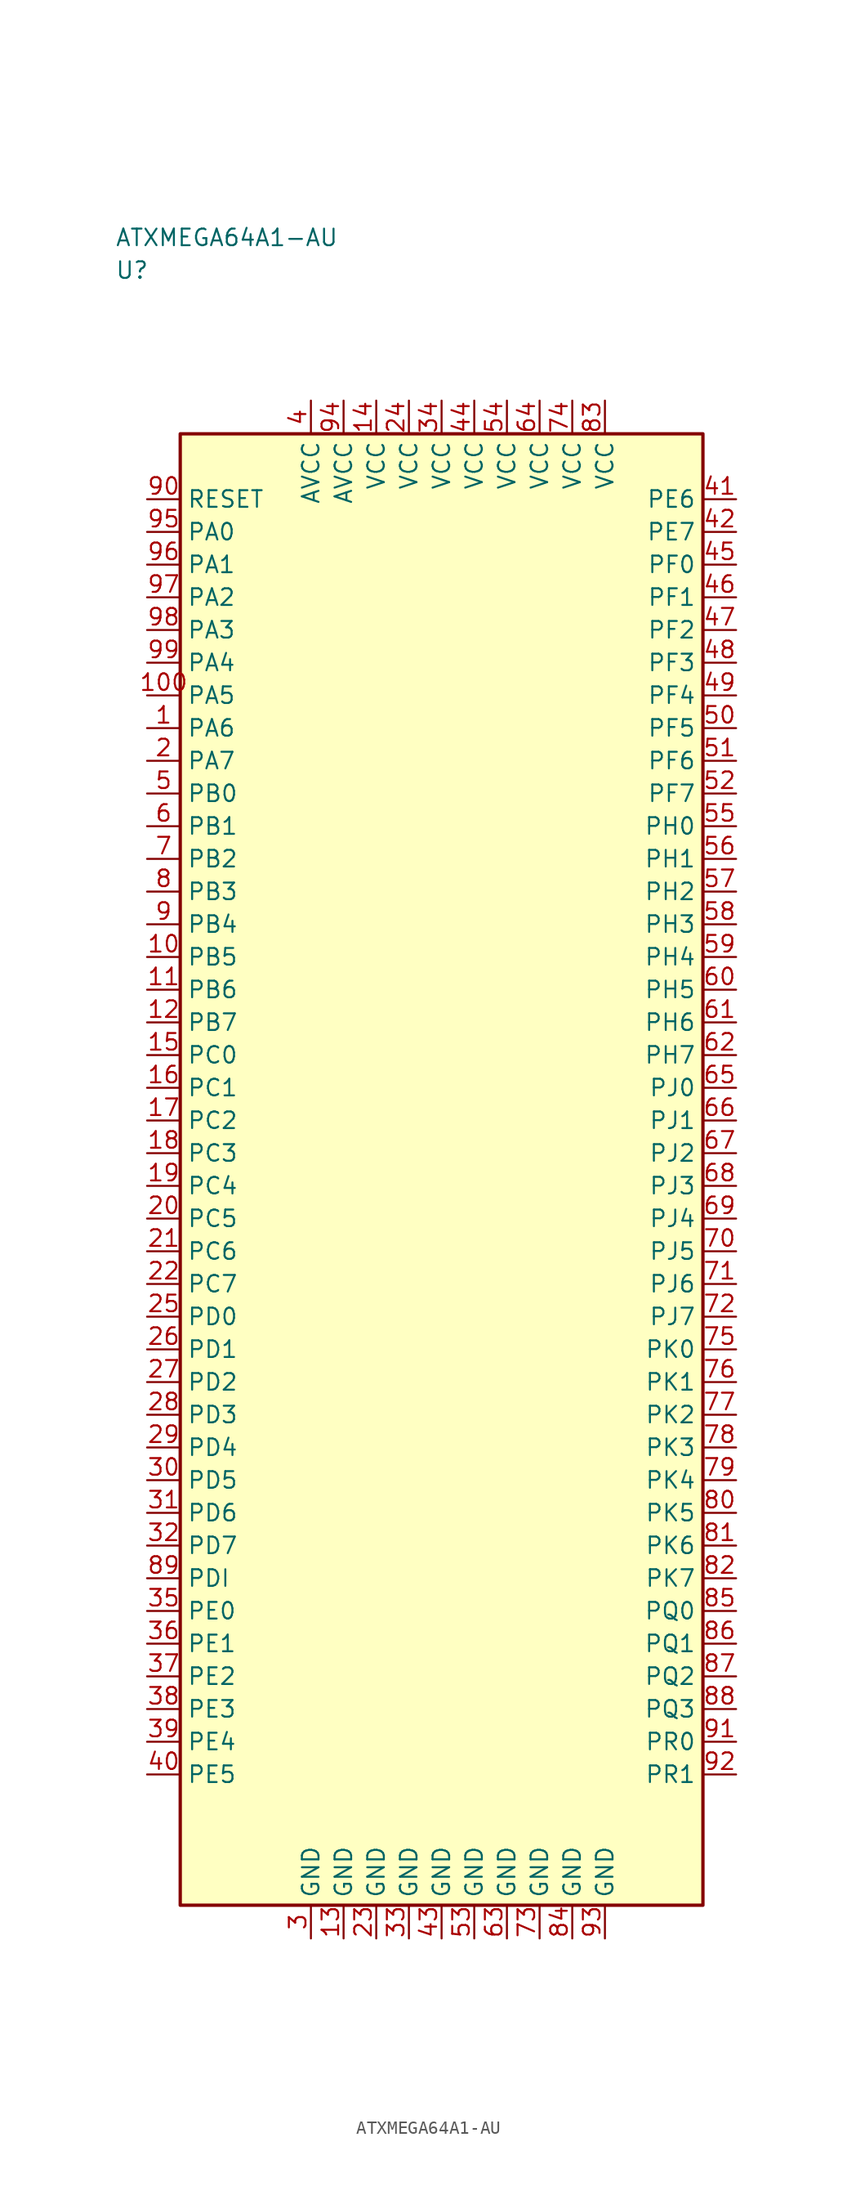
<source format=kicad_sym>
(kicad_symbol_lib
  (version 20241025)
  (generator "kicad_symbol_editor")
  (generator_version "8.0")
  (symbol "ATXMEGA64A1-AU"
    (property "Reference" "U"
      (at -25.0 68.75 0)
      (effects (font (size 1.27 1.27)) (justify left)))
    (property "Value" "ATXMEGA64A1-AU"
      (at -25.0 71.25 0)
      (effects (font (size 1.27 1.27)) (justify left)))
    (symbol "ATXMEGA64A1-AU_0_1"
      (rectangle (start -20.0 56.25) (end 20.0 -56.25) (stroke (width 0.254) (type default)) (fill (type background))))
    (symbol "ATXMEGA64A1-AU_1_1"
      (pin bidirectional line (at -22.54 33.75 0.0) (length 2.54) (name "PA6" (effects (font (size 1.27 1.27)))) (number "1" (effects (font (size 1.27 1.27)))))
      (pin bidirectional line (at -22.54 31.25 0.0) (length 2.54) (name "PA7" (effects (font (size 1.27 1.27)))) (number "2" (effects (font (size 1.27 1.27)))))
      (pin passive line (at -10.0 -58.79 90.0) (length 2.54) (name "GND" (effects (font (size 1.27 1.27)))) (number "3" (effects (font (size 1.27 1.27)))))
      (pin power_in line (at -10.0 58.79 270.0) (length 2.54) (name "AVCC" (effects (font (size 1.27 1.27)))) (number "4" (effects (font (size 1.27 1.27)))))
      (pin bidirectional line (at -22.54 28.75 0.0) (length 2.54) (name "PB0" (effects (font (size 1.27 1.27)))) (number "5" (effects (font (size 1.27 1.27)))))
      (pin bidirectional line (at -22.54 26.25 0.0) (length 2.54) (name "PB1" (effects (font (size 1.27 1.27)))) (number "6" (effects (font (size 1.27 1.27)))))
      (pin bidirectional line (at -22.54 23.75 0.0) (length 2.54) (name "PB2" (effects (font (size 1.27 1.27)))) (number "7" (effects (font (size 1.27 1.27)))))
      (pin bidirectional line (at -22.54 21.25 0.0) (length 2.54) (name "PB3" (effects (font (size 1.27 1.27)))) (number "8" (effects (font (size 1.27 1.27)))))
      (pin bidirectional line (at -22.54 18.75 0.0) (length 2.54) (name "PB4" (effects (font (size 1.27 1.27)))) (number "9" (effects (font (size 1.27 1.27)))))
      (pin bidirectional line (at -22.54 16.25 0.0) (length 2.54) (name "PB5" (effects (font (size 1.27 1.27)))) (number "10" (effects (font (size 1.27 1.27)))))
      (pin bidirectional line (at -22.54 13.75 0.0) (length 2.54) (name "PB6" (effects (font (size 1.27 1.27)))) (number "11" (effects (font (size 1.27 1.27)))))
      (pin bidirectional line (at -22.54 11.25 0.0) (length 2.54) (name "PB7" (effects (font (size 1.27 1.27)))) (number "12" (effects (font (size 1.27 1.27)))))
      (pin passive line (at -7.5 -58.79 90.0) (length 2.54) (name "GND" (effects (font (size 1.27 1.27)))) (number "13" (effects (font (size 1.27 1.27)))))
      (pin power_in line (at -5.0 58.79 270.0) (length 2.54) (name "VCC" (effects (font (size 1.27 1.27)))) (number "14" (effects (font (size 1.27 1.27)))))
      (pin bidirectional line (at -22.54 8.75 0.0) (length 2.54) (name "PC0" (effects (font (size 1.27 1.27)))) (number "15" (effects (font (size 1.27 1.27)))))
      (pin bidirectional line (at -22.54 6.25 0.0) (length 2.54) (name "PC1" (effects (font (size 1.27 1.27)))) (number "16" (effects (font (size 1.27 1.27)))))
      (pin bidirectional line (at -22.54 3.75 0.0) (length 2.54) (name "PC2" (effects (font (size 1.27 1.27)))) (number "17" (effects (font (size 1.27 1.27)))))
      (pin bidirectional line (at -22.54 1.25 0.0) (length 2.54) (name "PC3" (effects (font (size 1.27 1.27)))) (number "18" (effects (font (size 1.27 1.27)))))
      (pin bidirectional line (at -22.54 -1.25 0.0) (length 2.54) (name "PC4" (effects (font (size 1.27 1.27)))) (number "19" (effects (font (size 1.27 1.27)))))
      (pin bidirectional line (at -22.54 -3.75 0.0) (length 2.54) (name "PC5" (effects (font (size 1.27 1.27)))) (number "20" (effects (font (size 1.27 1.27)))))
      (pin bidirectional line (at -22.54 -6.25 0.0) (length 2.54) (name "PC6" (effects (font (size 1.27 1.27)))) (number "21" (effects (font (size 1.27 1.27)))))
      (pin bidirectional line (at -22.54 -8.75 0.0) (length 2.54) (name "PC7" (effects (font (size 1.27 1.27)))) (number "22" (effects (font (size 1.27 1.27)))))
      (pin passive line (at -5.0 -58.79 90.0) (length 2.54) (name "GND" (effects (font (size 1.27 1.27)))) (number "23" (effects (font (size 1.27 1.27)))))
      (pin power_in line (at -2.5 58.79 270.0) (length 2.54) (name "VCC" (effects (font (size 1.27 1.27)))) (number "24" (effects (font (size 1.27 1.27)))))
      (pin bidirectional line (at -22.54 -11.25 0.0) (length 2.54) (name "PD0" (effects (font (size 1.27 1.27)))) (number "25" (effects (font (size 1.27 1.27)))))
      (pin bidirectional line (at -22.54 -13.75 0.0) (length 2.54) (name "PD1" (effects (font (size 1.27 1.27)))) (number "26" (effects (font (size 1.27 1.27)))))
      (pin bidirectional line (at -22.54 -16.25 0.0) (length 2.54) (name "PD2" (effects (font (size 1.27 1.27)))) (number "27" (effects (font (size 1.27 1.27)))))
      (pin bidirectional line (at -22.54 -18.75 0.0) (length 2.54) (name "PD3" (effects (font (size 1.27 1.27)))) (number "28" (effects (font (size 1.27 1.27)))))
      (pin bidirectional line (at -22.54 -21.25 0.0) (length 2.54) (name "PD4" (effects (font (size 1.27 1.27)))) (number "29" (effects (font (size 1.27 1.27)))))
      (pin bidirectional line (at -22.54 -23.75 0.0) (length 2.54) (name "PD5" (effects (font (size 1.27 1.27)))) (number "30" (effects (font (size 1.27 1.27)))))
      (pin bidirectional line (at -22.54 -26.25 0.0) (length 2.54) (name "PD6" (effects (font (size 1.27 1.27)))) (number "31" (effects (font (size 1.27 1.27)))))
      (pin bidirectional line (at -22.54 -28.75 0.0) (length 2.54) (name "PD7" (effects (font (size 1.27 1.27)))) (number "32" (effects (font (size 1.27 1.27)))))
      (pin passive line (at -2.5 -58.79 90.0) (length 2.54) (name "GND" (effects (font (size 1.27 1.27)))) (number "33" (effects (font (size 1.27 1.27)))))
      (pin power_in line (at 0.0 58.79 270.0) (length 2.54) (name "VCC" (effects (font (size 1.27 1.27)))) (number "34" (effects (font (size 1.27 1.27)))))
      (pin bidirectional line (at -22.54 -33.75 0.0) (length 2.54) (name "PE0" (effects (font (size 1.27 1.27)))) (number "35" (effects (font (size 1.27 1.27)))))
      (pin bidirectional line (at -22.54 -36.25 0.0) (length 2.54) (name "PE1" (effects (font (size 1.27 1.27)))) (number "36" (effects (font (size 1.27 1.27)))))
      (pin bidirectional line (at -22.54 -38.75 0.0) (length 2.54) (name "PE2" (effects (font (size 1.27 1.27)))) (number "37" (effects (font (size 1.27 1.27)))))
      (pin bidirectional line (at -22.54 -41.25 0.0) (length 2.54) (name "PE3" (effects (font (size 1.27 1.27)))) (number "38" (effects (font (size 1.27 1.27)))))
      (pin bidirectional line (at -22.54 -43.75 0.0) (length 2.54) (name "PE4" (effects (font (size 1.27 1.27)))) (number "39" (effects (font (size 1.27 1.27)))))
      (pin bidirectional line (at -22.54 -46.25 0.0) (length 2.54) (name "PE5" (effects (font (size 1.27 1.27)))) (number "40" (effects (font (size 1.27 1.27)))))
      (pin bidirectional line (at 22.54 51.25 180.0) (length 2.54) (name "PE6" (effects (font (size 1.27 1.27)))) (number "41" (effects (font (size 1.27 1.27)))))
      (pin bidirectional line (at 22.54 48.75 180.0) (length 2.54) (name "PE7" (effects (font (size 1.27 1.27)))) (number "42" (effects (font (size 1.27 1.27)))))
      (pin passive line (at 0.0 -58.79 90.0) (length 2.54) (name "GND" (effects (font (size 1.27 1.27)))) (number "43" (effects (font (size 1.27 1.27)))))
      (pin power_in line (at 2.5 58.79 270.0) (length 2.54) (name "VCC" (effects (font (size 1.27 1.27)))) (number "44" (effects (font (size 1.27 1.27)))))
      (pin bidirectional line (at 22.54 46.25 180.0) (length 2.54) (name "PF0" (effects (font (size 1.27 1.27)))) (number "45" (effects (font (size 1.27 1.27)))))
      (pin bidirectional line (at 22.54 43.75 180.0) (length 2.54) (name "PF1" (effects (font (size 1.27 1.27)))) (number "46" (effects (font (size 1.27 1.27)))))
      (pin bidirectional line (at 22.54 41.25 180.0) (length 2.54) (name "PF2" (effects (font (size 1.27 1.27)))) (number "47" (effects (font (size 1.27 1.27)))))
      (pin bidirectional line (at 22.54 38.75 180.0) (length 2.54) (name "PF3" (effects (font (size 1.27 1.27)))) (number "48" (effects (font (size 1.27 1.27)))))
      (pin bidirectional line (at 22.54 36.25 180.0) (length 2.54) (name "PF4" (effects (font (size 1.27 1.27)))) (number "49" (effects (font (size 1.27 1.27)))))
      (pin bidirectional line (at 22.54 33.75 180.0) (length 2.54) (name "PF5" (effects (font (size 1.27 1.27)))) (number "50" (effects (font (size 1.27 1.27)))))
      (pin bidirectional line (at 22.54 31.25 180.0) (length 2.54) (name "PF6" (effects (font (size 1.27 1.27)))) (number "51" (effects (font (size 1.27 1.27)))))
      (pin bidirectional line (at 22.54 28.75 180.0) (length 2.54) (name "PF7" (effects (font (size 1.27 1.27)))) (number "52" (effects (font (size 1.27 1.27)))))
      (pin passive line (at 2.5 -58.79 90.0) (length 2.54) (name "GND" (effects (font (size 1.27 1.27)))) (number "53" (effects (font (size 1.27 1.27)))))
      (pin power_in line (at 5.0 58.79 270.0) (length 2.54) (name "VCC" (effects (font (size 1.27 1.27)))) (number "54" (effects (font (size 1.27 1.27)))))
      (pin bidirectional line (at 22.54 26.25 180.0) (length 2.54) (name "PH0" (effects (font (size 1.27 1.27)))) (number "55" (effects (font (size 1.27 1.27)))))
      (pin bidirectional line (at 22.54 23.75 180.0) (length 2.54) (name "PH1" (effects (font (size 1.27 1.27)))) (number "56" (effects (font (size 1.27 1.27)))))
      (pin bidirectional line (at 22.54 21.25 180.0) (length 2.54) (name "PH2" (effects (font (size 1.27 1.27)))) (number "57" (effects (font (size 1.27 1.27)))))
      (pin bidirectional line (at 22.54 18.75 180.0) (length 2.54) (name "PH3" (effects (font (size 1.27 1.27)))) (number "58" (effects (font (size 1.27 1.27)))))
      (pin bidirectional line (at 22.54 16.25 180.0) (length 2.54) (name "PH4" (effects (font (size 1.27 1.27)))) (number "59" (effects (font (size 1.27 1.27)))))
      (pin bidirectional line (at 22.54 13.75 180.0) (length 2.54) (name "PH5" (effects (font (size 1.27 1.27)))) (number "60" (effects (font (size 1.27 1.27)))))
      (pin bidirectional line (at 22.54 11.25 180.0) (length 2.54) (name "PH6" (effects (font (size 1.27 1.27)))) (number "61" (effects (font (size 1.27 1.27)))))
      (pin bidirectional line (at 22.54 8.75 180.0) (length 2.54) (name "PH7" (effects (font (size 1.27 1.27)))) (number "62" (effects (font (size 1.27 1.27)))))
      (pin passive line (at 5.0 -58.79 90.0) (length 2.54) (name "GND" (effects (font (size 1.27 1.27)))) (number "63" (effects (font (size 1.27 1.27)))))
      (pin power_in line (at 7.5 58.79 270.0) (length 2.54) (name "VCC" (effects (font (size 1.27 1.27)))) (number "64" (effects (font (size 1.27 1.27)))))
      (pin bidirectional line (at 22.54 6.25 180.0) (length 2.54) (name "PJ0" (effects (font (size 1.27 1.27)))) (number "65" (effects (font (size 1.27 1.27)))))
      (pin bidirectional line (at 22.54 3.75 180.0) (length 2.54) (name "PJ1" (effects (font (size 1.27 1.27)))) (number "66" (effects (font (size 1.27 1.27)))))
      (pin bidirectional line (at 22.54 1.25 180.0) (length 2.54) (name "PJ2" (effects (font (size 1.27 1.27)))) (number "67" (effects (font (size 1.27 1.27)))))
      (pin bidirectional line (at 22.54 -1.25 180.0) (length 2.54) (name "PJ3" (effects (font (size 1.27 1.27)))) (number "68" (effects (font (size 1.27 1.27)))))
      (pin bidirectional line (at 22.54 -3.75 180.0) (length 2.54) (name "PJ4" (effects (font (size 1.27 1.27)))) (number "69" (effects (font (size 1.27 1.27)))))
      (pin bidirectional line (at 22.54 -6.25 180.0) (length 2.54) (name "PJ5" (effects (font (size 1.27 1.27)))) (number "70" (effects (font (size 1.27 1.27)))))
      (pin bidirectional line (at 22.54 -8.75 180.0) (length 2.54) (name "PJ6" (effects (font (size 1.27 1.27)))) (number "71" (effects (font (size 1.27 1.27)))))
      (pin bidirectional line (at 22.54 -11.25 180.0) (length 2.54) (name "PJ7" (effects (font (size 1.27 1.27)))) (number "72" (effects (font (size 1.27 1.27)))))
      (pin passive line (at 7.5 -58.79 90.0) (length 2.54) (name "GND" (effects (font (size 1.27 1.27)))) (number "73" (effects (font (size 1.27 1.27)))))
      (pin power_in line (at 10.0 58.79 270.0) (length 2.54) (name "VCC" (effects (font (size 1.27 1.27)))) (number "74" (effects (font (size 1.27 1.27)))))
      (pin bidirectional line (at 22.54 -13.75 180.0) (length 2.54) (name "PK0" (effects (font (size 1.27 1.27)))) (number "75" (effects (font (size 1.27 1.27)))))
      (pin bidirectional line (at 22.54 -16.25 180.0) (length 2.54) (name "PK1" (effects (font (size 1.27 1.27)))) (number "76" (effects (font (size 1.27 1.27)))))
      (pin bidirectional line (at 22.54 -18.75 180.0) (length 2.54) (name "PK2" (effects (font (size 1.27 1.27)))) (number "77" (effects (font (size 1.27 1.27)))))
      (pin bidirectional line (at 22.54 -21.25 180.0) (length 2.54) (name "PK3" (effects (font (size 1.27 1.27)))) (number "78" (effects (font (size 1.27 1.27)))))
      (pin bidirectional line (at 22.54 -23.75 180.0) (length 2.54) (name "PK4" (effects (font (size 1.27 1.27)))) (number "79" (effects (font (size 1.27 1.27)))))
      (pin bidirectional line (at 22.54 -26.25 180.0) (length 2.54) (name "PK5" (effects (font (size 1.27 1.27)))) (number "80" (effects (font (size 1.27 1.27)))))
      (pin bidirectional line (at 22.54 -28.75 180.0) (length 2.54) (name "PK6" (effects (font (size 1.27 1.27)))) (number "81" (effects (font (size 1.27 1.27)))))
      (pin bidirectional line (at 22.54 -31.25 180.0) (length 2.54) (name "PK7" (effects (font (size 1.27 1.27)))) (number "82" (effects (font (size 1.27 1.27)))))
      (pin power_in line (at 12.5 58.79 270.0) (length 2.54) (name "VCC" (effects (font (size 1.27 1.27)))) (number "83" (effects (font (size 1.27 1.27)))))
      (pin passive line (at 10.0 -58.79 90.0) (length 2.54) (name "GND" (effects (font (size 1.27 1.27)))) (number "84" (effects (font (size 1.27 1.27)))))
      (pin bidirectional line (at 22.54 -33.75 180.0) (length 2.54) (name "PQ0" (effects (font (size 1.27 1.27)))) (number "85" (effects (font (size 1.27 1.27)))))
      (pin bidirectional line (at 22.54 -36.25 180.0) (length 2.54) (name "PQ1" (effects (font (size 1.27 1.27)))) (number "86" (effects (font (size 1.27 1.27)))))
      (pin bidirectional line (at 22.54 -38.75 180.0) (length 2.54) (name "PQ2" (effects (font (size 1.27 1.27)))) (number "87" (effects (font (size 1.27 1.27)))))
      (pin bidirectional line (at 22.54 -41.25 180.0) (length 2.54) (name "PQ3" (effects (font (size 1.27 1.27)))) (number "88" (effects (font (size 1.27 1.27)))))
      (pin bidirectional line (at -22.54 -31.25 0.0) (length 2.54) (name "PDI" (effects (font (size 1.27 1.27)))) (number "89" (effects (font (size 1.27 1.27)))))
      (pin input line (at -22.54 51.25 0.0) (length 2.54) (name "RESET" (effects (font (size 1.27 1.27)))) (number "90" (effects (font (size 1.27 1.27)))))
      (pin bidirectional line (at 22.54 -43.75 180.0) (length 2.54) (name "PR0" (effects (font (size 1.27 1.27)))) (number "91" (effects (font (size 1.27 1.27)))))
      (pin bidirectional line (at 22.54 -46.25 180.0) (length 2.54) (name "PR1" (effects (font (size 1.27 1.27)))) (number "92" (effects (font (size 1.27 1.27)))))
      (pin passive line (at 12.5 -58.79 90.0) (length 2.54) (name "GND" (effects (font (size 1.27 1.27)))) (number "93" (effects (font (size 1.27 1.27)))))
      (pin power_in line (at -7.5 58.79 270.0) (length 2.54) (name "AVCC" (effects (font (size 1.27 1.27)))) (number "94" (effects (font (size 1.27 1.27)))))
      (pin bidirectional line (at -22.54 48.75 0.0) (length 2.54) (name "PA0" (effects (font (size 1.27 1.27)))) (number "95" (effects (font (size 1.27 1.27)))))
      (pin bidirectional line (at -22.54 46.25 0.0) (length 2.54) (name "PA1" (effects (font (size 1.27 1.27)))) (number "96" (effects (font (size 1.27 1.27)))))
      (pin bidirectional line (at -22.54 43.75 0.0) (length 2.54) (name "PA2" (effects (font (size 1.27 1.27)))) (number "97" (effects (font (size 1.27 1.27)))))
      (pin bidirectional line (at -22.54 41.25 0.0) (length 2.54) (name "PA3" (effects (font (size 1.27 1.27)))) (number "98" (effects (font (size 1.27 1.27)))))
      (pin bidirectional line (at -22.54 38.75 0.0) (length 2.54) (name "PA4" (effects (font (size 1.27 1.27)))) (number "99" (effects (font (size 1.27 1.27)))))
      (pin bidirectional line (at -22.54 36.25 0.0) (length 2.54) (name "PA5" (effects (font (size 1.27 1.27)))) (number "100" (effects (font (size 1.27 1.27))))))))
</source>
